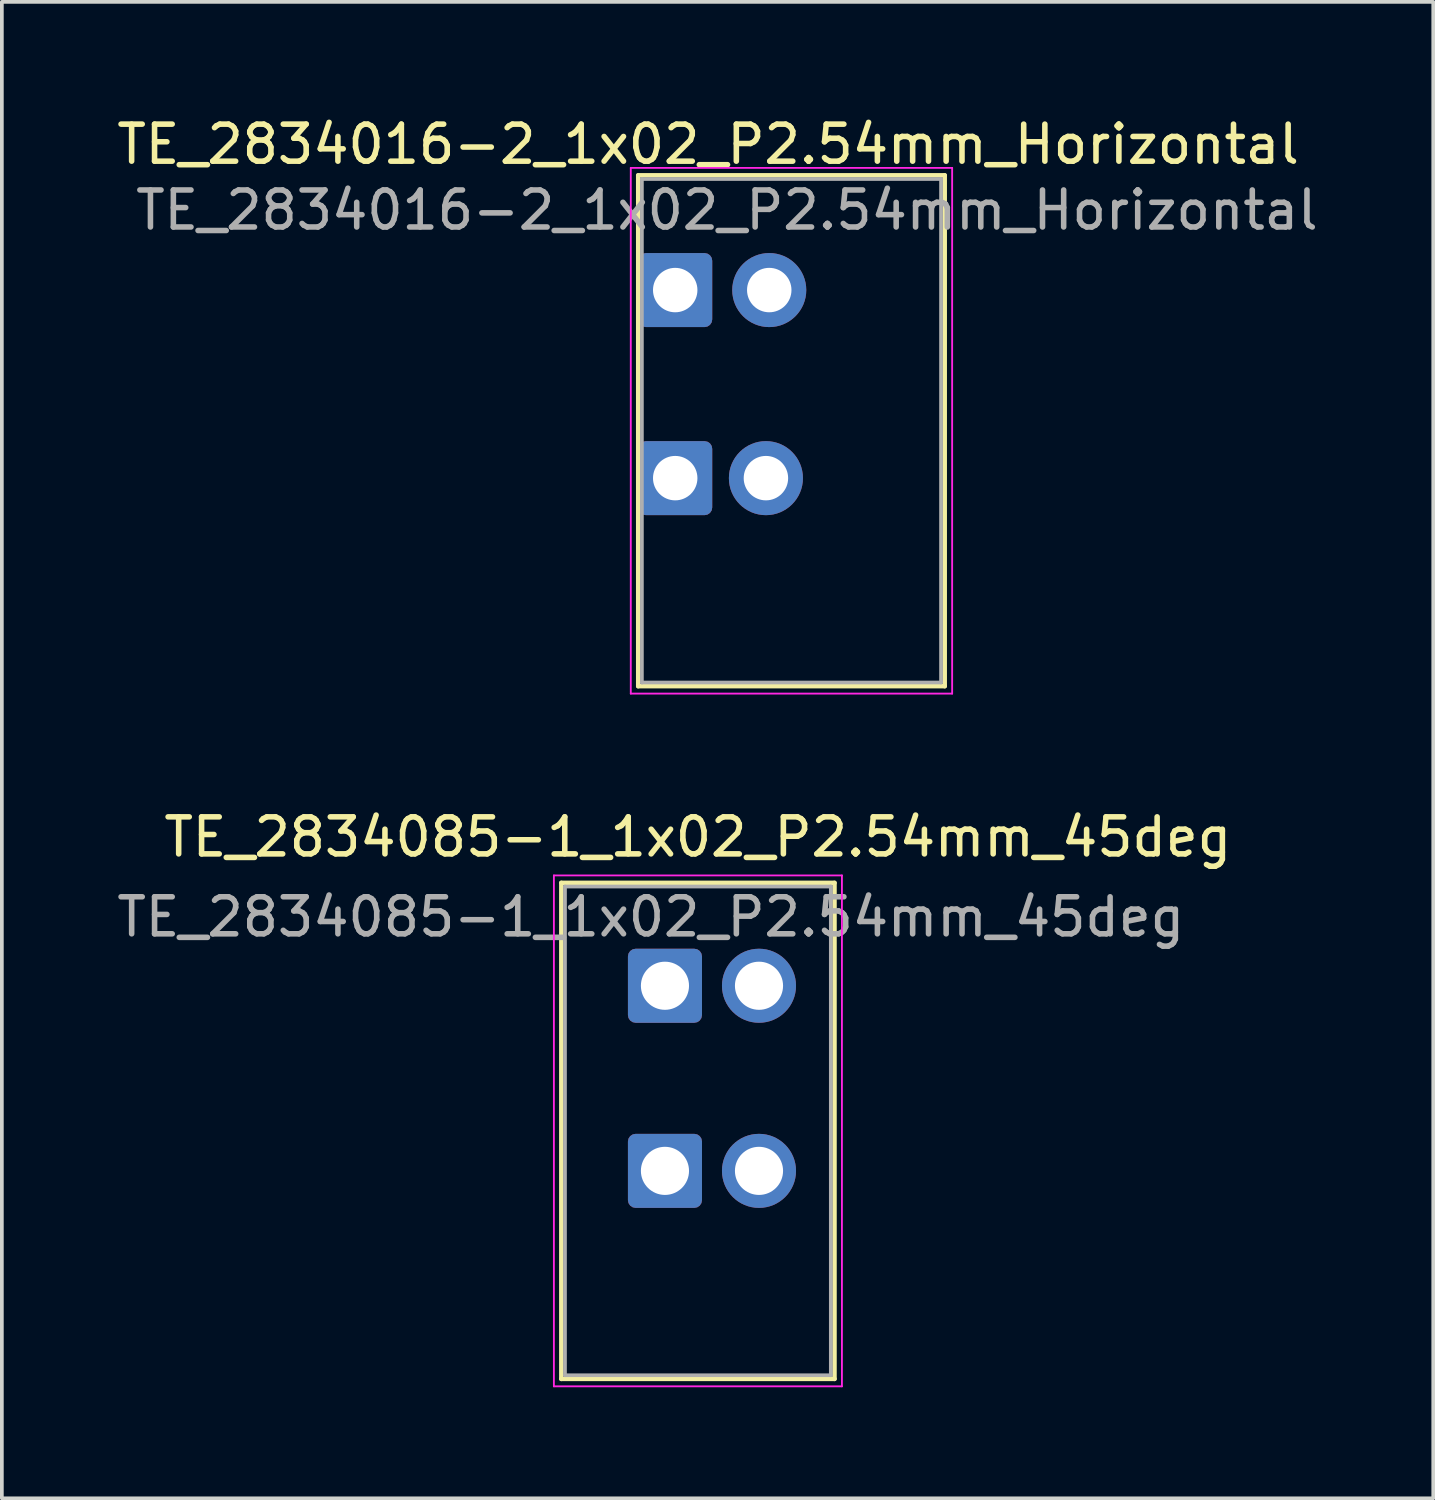
<source format=kicad_pcb>
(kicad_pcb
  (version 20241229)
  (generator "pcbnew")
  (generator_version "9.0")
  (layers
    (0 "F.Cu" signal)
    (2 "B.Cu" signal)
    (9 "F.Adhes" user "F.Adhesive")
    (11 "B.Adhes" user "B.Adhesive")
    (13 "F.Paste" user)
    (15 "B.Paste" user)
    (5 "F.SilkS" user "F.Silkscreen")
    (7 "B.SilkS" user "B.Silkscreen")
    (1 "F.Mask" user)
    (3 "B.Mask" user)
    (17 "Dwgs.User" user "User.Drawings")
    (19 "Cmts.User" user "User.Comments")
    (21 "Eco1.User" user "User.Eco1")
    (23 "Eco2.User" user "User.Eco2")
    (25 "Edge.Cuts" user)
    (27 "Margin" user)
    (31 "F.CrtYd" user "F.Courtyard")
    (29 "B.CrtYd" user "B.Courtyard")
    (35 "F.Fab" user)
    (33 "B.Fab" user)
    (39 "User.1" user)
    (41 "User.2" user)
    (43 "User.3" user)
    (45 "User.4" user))
  (footprint "TE_2834085-1_1x02_P2.54mm_45deg"
    (layer "F.Cu")
    (at 14.911 28.576)
    (property "Reference" "TE_2834085-1_1x02_P2.54mm_45deg" (at 0.889 -9.017 0) (layer "F.SilkS") (effects (font (size 1 1) (thickness 0.15))))
    (attr through_hole)
    (fp_line (start -2.8 -7.78) (end -2.8 5.62) (stroke (width 0.12) (type solid)) (layer "F.SilkS"))
    (fp_line (start -2.8 -7.78) (end 4.58 -7.78) (stroke (width 0.12) (type solid)) (layer "F.SilkS"))
    (fp_line (start -2.8 5.62) (end 4.58 5.62) (stroke (width 0.12) (type solid)) (layer "F.SilkS"))
    (fp_line (start 4.58 -7.78) (end 4.58 5.62) (stroke (width 0.12) (type solid)) (layer "F.SilkS"))
    (fp_line (start -3 -7.98) (end -3 5.82) (stroke (width 0.05) (type solid)) (layer "F.CrtYd"))
    (fp_line (start -3 5.82) (end 4.78 5.82) (stroke (width 0.05) (type solid)) (layer "F.CrtYd"))
    (fp_line (start 4.78 -7.98) (end -3 -7.98) (stroke (width 0.05) (type solid)) (layer "F.CrtYd"))
    (fp_line (start 4.78 -7.98) (end 4.78 5.82) (stroke (width 0.05) (type solid)) (layer "F.CrtYd"))
    (fp_line (start -2.7 -7.68) (end -2.7 5.52) (stroke (width 0.1) (type solid)) (layer "F.Fab"))
    (fp_line (start 4.48 -7.68) (end -2.7 -7.68) (stroke (width 0.1) (type solid)) (layer "F.Fab"))
    (fp_line (start 4.48 -7.68) (end 4.48 5.52) (stroke (width 0.1) (type solid)) (layer "F.Fab"))
    (fp_line (start 4.48 5.52) (end -2.7 5.52) (stroke (width 0.1) (type solid)) (layer "F.Fab"))
    (fp_text user "${REFERENCE}" (at -0.381 -6.858 0) (layer "F.Fab") (effects (font (size 1 1) (thickness 0.15))))
    (pad "1" thru_hole roundrect (at 0 -5) (size 2 2) (drill 1.3) (layers "*.Cu" "*.Mask") (roundrect_rratio 0.104))
    (pad "1" thru_hole roundrect (at 0 0) (size 2 2) (drill 1.3) (layers "*.Cu" "*.Mask") (roundrect_rratio 0.104))
    (pad "2" thru_hole circle (at 2.54 -5) (size 2 2) (drill 1.3) (layers "*.Cu" "*.Mask"))
    (pad "2" thru_hole circle (at 2.54 0) (size 2 2) (drill 1.3) (layers "*.Cu" "*.Mask")))
  (footprint "TE_2834016-2_1x02_P2.54mm_Horizontal"
    (layer "F.Cu")
    (at 15.188 9.865)
    (property "Reference" "TE_2834016-2_1x02_P2.54mm_Horizontal" (at 0.889 -9.017 0) (layer "F.SilkS") (effects (font (size 1 1) (thickness 0.15))))
    (attr through_hole)
    (fp_line (start -1 -8.18) (end -1 5.62) (stroke (width 0.12) (type solid)) (layer "F.SilkS"))
    (fp_line (start -1 -8.18) (end 7.28 -8.18) (stroke (width 0.12) (type solid)) (layer "F.SilkS"))
    (fp_line (start -1 5.62) (end 7.28 5.62) (stroke (width 0.12) (type solid)) (layer "F.SilkS"))
    (fp_line (start 7.28 -8.18) (end 7.28 5.62) (stroke (width 0.12) (type solid)) (layer "F.SilkS"))
    (fp_line (start -1.2 -8.38) (end -1.2 5.82) (stroke (width 0.05) (type solid)) (layer "F.CrtYd"))
    (fp_line (start -1.2 5.82) (end 7.48 5.82) (stroke (width 0.05) (type solid)) (layer "F.CrtYd"))
    (fp_line (start 7.48 -8.38) (end -1.2 -8.38) (stroke (width 0.05) (type solid)) (layer "F.CrtYd"))
    (fp_line (start 7.48 -8.38) (end 7.48 5.82) (stroke (width 0.05) (type solid)) (layer "F.CrtYd"))
    (fp_line (start -0.9 -8.08) (end -0.9 5.52) (stroke (width 0.1) (type solid)) (layer "F.Fab"))
    (fp_line (start 7.18 -8.08) (end -0.9 -8.08) (stroke (width 0.1) (type solid)) (layer "F.Fab"))
    (fp_line (start 7.18 -8.08) (end 7.18 5.52) (stroke (width 0.1) (type solid)) (layer "F.Fab"))
    (fp_line (start 7.18 5.52) (end -0.9 5.52) (stroke (width 0.1) (type solid)) (layer "F.Fab"))
    (fp_text user "${REFERENCE}" (at 1.397 -7.239 0) (layer "F.Fab") (effects (font (size 1 1) (thickness 0.15))))
    (pad "1" thru_hole roundrect (at 0 -5.08) (size 2 2) (drill 1.2) (layers "*.Cu" "*.Mask") (roundrect_rratio 0.104))
    (pad "1" thru_hole roundrect (at 0 0) (size 2 2) (drill 1.2) (layers "*.Cu" "*.Mask") (roundrect_rratio 0.104))
    (pad "2" thru_hole circle (at 2.45 0) (size 2 2) (drill 1.2) (layers "*.Cu" "*.Mask"))
    (pad "2" thru_hole circle (at 2.54 -5.08) (size 2 2) (drill 1.2) (layers "*.Cu" "*.Mask")))
  (gr_rect
    (start -3 -3)
    (end 35.663 37.42)
    (stroke (width 0.1) (type default))
    (fill no)
    (layer "Edge.Cuts")))
</source>
